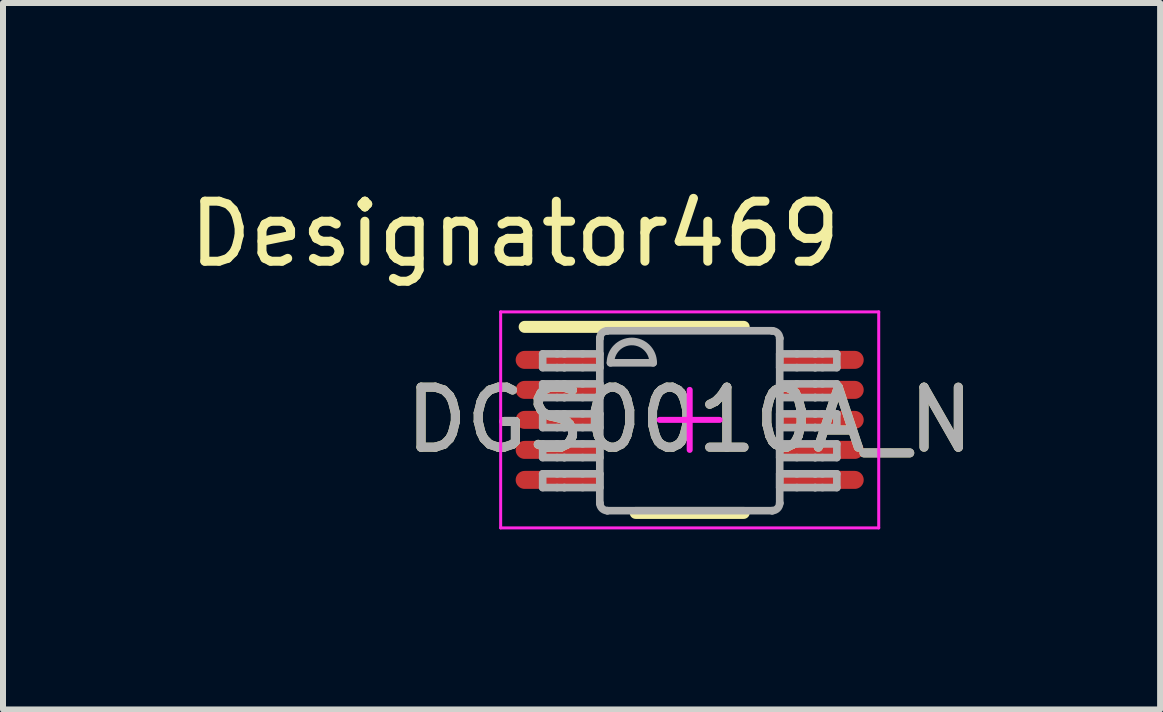
<source format=kicad_pcb>
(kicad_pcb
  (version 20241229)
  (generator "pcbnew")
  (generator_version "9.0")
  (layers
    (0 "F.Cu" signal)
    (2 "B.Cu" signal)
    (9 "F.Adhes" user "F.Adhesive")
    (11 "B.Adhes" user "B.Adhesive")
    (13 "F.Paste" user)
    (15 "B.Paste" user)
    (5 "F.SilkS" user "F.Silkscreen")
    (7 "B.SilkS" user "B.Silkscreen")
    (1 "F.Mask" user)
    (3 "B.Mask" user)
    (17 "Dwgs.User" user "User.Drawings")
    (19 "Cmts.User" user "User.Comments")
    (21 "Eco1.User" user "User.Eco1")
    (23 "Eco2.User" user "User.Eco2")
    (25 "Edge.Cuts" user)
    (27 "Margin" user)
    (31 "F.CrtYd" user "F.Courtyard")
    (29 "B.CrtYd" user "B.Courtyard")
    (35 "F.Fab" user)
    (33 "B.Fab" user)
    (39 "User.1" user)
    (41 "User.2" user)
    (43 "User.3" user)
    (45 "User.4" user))
  (footprint "DGS0010A_N"
    (layer "F.Cu")
    (at 8.443 3.947)
    (property "Reference" "DGS0010A_N" (at 0 0 0) (unlocked yes) (layer "F.SilkS") (effects (font (size 1 1) (thickness 0.15))))
    (attr smd)
    (fp_line (start -2.75 -1.55) (end 0.9 -1.55) (stroke (width 0.2) (type solid)) (layer "F.SilkS"))
    (fp_line (start -0.9 1.55) (end 0.9 1.55) (stroke (width 0.2) (type solid)) (layer "F.SilkS"))
    (fp_line (start -3.15 -1.8) (end 3.15 -1.8) (stroke (width 0.05) (type solid)) (layer "F.CrtYd"))
    (fp_line (start -3.15 1.8) (end -3.15 -1.8) (stroke (width 0.05) (type solid)) (layer "F.CrtYd"))
    (fp_line (start -3.15 1.8) (end 3.15 1.8) (stroke (width 0.05) (type solid)) (layer "F.CrtYd"))
    (fp_line (start -0.5 0) (end 0.5 0) (stroke (width 0.1) (type solid)) (layer "F.CrtYd"))
    (fp_line (start -0.000003 0.5) (end -0.000003 -0.5) (stroke (width 0.1) (type solid)) (layer "F.CrtYd"))
    (fp_line (start 3.15 1.8) (end 3.15 -1.8) (stroke (width 0.05) (type solid)) (layer "F.CrtYd"))
    (fp_line (start -2.45 -1.1) (end -2.21 -1.1) (stroke (width 0.127) (type solid)) (layer "F.Fab"))
    (fp_line (start -2.45 -0.871) (end -2.45 -1.1) (stroke (width 0.127) (type solid)) (layer "F.Fab"))
    (fp_line (start -2.45 -0.871) (end -2.21 -0.871) (stroke (width 0.127) (type solid)) (layer "F.Fab"))
    (fp_line (start -2.45 -0.6) (end -2.21 -0.6) (stroke (width 0.127) (type solid)) (layer "F.Fab"))
    (fp_line (start -2.45 -0.372) (end -2.45 -0.6) (stroke (width 0.127) (type solid)) (layer "F.Fab"))
    (fp_line (start -2.45 -0.372) (end -2.21 -0.372) (stroke (width 0.127) (type solid)) (layer "F.Fab"))
    (fp_line (start -2.45 -0.1) (end -2.21 -0.1) (stroke (width 0.127) (type solid)) (layer "F.Fab"))
    (fp_line (start -2.45 0.128) (end -2.45 -0.1) (stroke (width 0.127) (type solid)) (layer "F.Fab"))
    (fp_line (start -2.45 0.128) (end -2.21 0.128) (stroke (width 0.127) (type solid)) (layer "F.Fab"))
    (fp_line (start -2.45 0.4) (end -2.21 0.4) (stroke (width 0.127) (type solid)) (layer "F.Fab"))
    (fp_line (start -2.45 0.628) (end -2.45 0.4) (stroke (width 0.127) (type solid)) (layer "F.Fab"))
    (fp_line (start -2.45 0.628) (end -2.21 0.628) (stroke (width 0.127) (type solid)) (layer "F.Fab"))
    (fp_line (start -2.45 0.899) (end -2.21 0.899) (stroke (width 0.127) (type solid)) (layer "F.Fab"))
    (fp_line (start -2.45 1.128) (end -2.45 0.899) (stroke (width 0.127) (type solid)) (layer "F.Fab"))
    (fp_line (start -2.45 1.128) (end -2.21 1.128) (stroke (width 0.127) (type solid)) (layer "F.Fab"))
    (fp_line (start -2.21 -1.1) (end -2.09 -1.1) (stroke (width 0.127) (type solid)) (layer "F.Fab"))
    (fp_line (start -2.21 -0.871) (end -2.09 -0.871) (stroke (width 0.127) (type solid)) (layer "F.Fab"))
    (fp_line (start -2.21 -0.6) (end -2.09 -0.6) (stroke (width 0.127) (type solid)) (layer "F.Fab"))
    (fp_line (start -2.21 -0.372) (end -2.09 -0.372) (stroke (width 0.127) (type solid)) (layer "F.Fab"))
    (fp_line (start -2.21 -0.1) (end -2.09 -0.1) (stroke (width 0.127) (type solid)) (layer "F.Fab"))
    (fp_line (start -2.21 0.128) (end -2.09 0.128) (stroke (width 0.127) (type solid)) (layer "F.Fab"))
    (fp_line (start -2.21 0.4) (end -2.09 0.4) (stroke (width 0.127) (type solid)) (layer "F.Fab"))
    (fp_line (start -2.21 0.628) (end -2.09 0.628) (stroke (width 0.127) (type solid)) (layer "F.Fab"))
    (fp_line (start -2.21 0.899) (end -2.09 0.899) (stroke (width 0.127) (type solid)) (layer "F.Fab"))
    (fp_line (start -2.21 1.128) (end -2.09 1.128) (stroke (width 0.127) (type solid)) (layer "F.Fab"))
    (fp_line (start -2.09 -1.1) (end -2.087 -1.1) (stroke (width 0.127) (type solid)) (layer "F.Fab"))
    (fp_line (start -2.09 -0.871) (end -2.087 -0.871) (stroke (width 0.127) (type solid)) (layer "F.Fab"))
    (fp_line (start -2.09 -0.6) (end -2.087 -0.6) (stroke (width 0.127) (type solid)) (layer "F.Fab"))
    (fp_line (start -2.09 -0.372) (end -2.087 -0.372) (stroke (width 0.127) (type solid)) (layer "F.Fab"))
    (fp_line (start -2.09 -0.1) (end -2.087 -0.1) (stroke (width 0.127) (type solid)) (layer "F.Fab"))
    (fp_line (start -2.09 0.128) (end -2.087 0.128) (stroke (width 0.127) (type solid)) (layer "F.Fab"))
    (fp_line (start -2.09 0.4) (end -2.087 0.4) (stroke (width 0.127) (type solid)) (layer "F.Fab"))
    (fp_line (start -2.09 0.628) (end -2.087 0.628) (stroke (width 0.127) (type solid)) (layer "F.Fab"))
    (fp_line (start -2.09 0.899) (end -2.087 0.899) (stroke (width 0.127) (type solid)) (layer "F.Fab"))
    (fp_line (start -2.09 1.128) (end -2.087 1.128) (stroke (width 0.127) (type solid)) (layer "F.Fab"))
    (fp_line (start -2.087 -1.1) (end -1.784 -1.1) (stroke (width 0.127) (type solid)) (layer "F.Fab"))
    (fp_line (start -2.087 -0.871) (end -1.784 -0.871) (stroke (width 0.127) (type solid)) (layer "F.Fab"))
    (fp_line (start -2.087 -0.6) (end -1.784 -0.6) (stroke (width 0.127) (type solid)) (layer "F.Fab"))
    (fp_line (start -2.087 -0.372) (end -1.784 -0.372) (stroke (width 0.127) (type solid)) (layer "F.Fab"))
    (fp_line (start -2.087 -0.1) (end -1.784 -0.1) (stroke (width 0.127) (type solid)) (layer "F.Fab"))
    (fp_line (start -2.087 0.128) (end -1.784 0.128) (stroke (width 0.127) (type solid)) (layer "F.Fab"))
    (fp_line (start -2.087 0.4) (end -1.784 0.4) (stroke (width 0.127) (type solid)) (layer "F.Fab"))
    (fp_line (start -2.087 0.628) (end -1.784 0.628) (stroke (width 0.127) (type solid)) (layer "F.Fab"))
    (fp_line (start -2.087 0.899) (end -1.784 0.899) (stroke (width 0.127) (type solid)) (layer "F.Fab"))
    (fp_line (start -2.087 1.128) (end -1.784 1.128) (stroke (width 0.127) (type solid)) (layer "F.Fab"))
    (fp_line (start -1.784 -1.1) (end -1.498 -1.1) (stroke (width 0.127) (type solid)) (layer "F.Fab"))
    (fp_line (start -1.784 -0.871) (end -1.498 -0.871) (stroke (width 0.127) (type solid)) (layer "F.Fab"))
    (fp_line (start -1.784 -0.6) (end -1.498 -0.6) (stroke (width 0.127) (type solid)) (layer "F.Fab"))
    (fp_line (start -1.784 -0.372) (end -1.498 -0.372) (stroke (width 0.127) (type solid)) (layer "F.Fab"))
    (fp_line (start -1.784 -0.1) (end -1.498 -0.1) (stroke (width 0.127) (type solid)) (layer "F.Fab"))
    (fp_line (start -1.784 0.128) (end -1.498 0.128) (stroke (width 0.127) (type solid)) (layer "F.Fab"))
    (fp_line (start -1.784 0.4) (end -1.498 0.4) (stroke (width 0.127) (type solid)) (layer "F.Fab"))
    (fp_line (start -1.784 0.628) (end -1.498 0.628) (stroke (width 0.127) (type solid)) (layer "F.Fab"))
    (fp_line (start -1.784 0.899) (end -1.498 0.899) (stroke (width 0.127) (type solid)) (layer "F.Fab"))
    (fp_line (start -1.784 1.128) (end -1.498 1.128) (stroke (width 0.127) (type solid)) (layer "F.Fab"))
    (fp_line (start -1.498 -1.358) (end -1.497 -1.36) (stroke (width 0.127) (type solid)) (layer "F.Fab"))
    (fp_line (start -1.498 -0.871) (end -1.498 -1.1) (stroke (width 0.127) (type solid)) (layer "F.Fab"))
    (fp_line (start -1.498 -0.372) (end -1.498 -0.6) (stroke (width 0.127) (type solid)) (layer "F.Fab"))
    (fp_line (start -1.498 0.128) (end -1.498 -0.1) (stroke (width 0.127) (type solid)) (layer "F.Fab"))
    (fp_line (start -1.498 0.628) (end -1.498 0.4) (stroke (width 0.127) (type solid)) (layer "F.Fab"))
    (fp_line (start -1.498 1.128) (end -1.498 0.899) (stroke (width 0.127) (type solid)) (layer "F.Fab"))
    (fp_line (start -1.498 1.386) (end -1.498 -1.358) (stroke (width 0.127) (type solid)) (layer "F.Fab"))
    (fp_line (start -1.498 1.386) (end -1.497 1.388) (stroke (width 0.127) (type solid)) (layer "F.Fab"))
    (fp_line (start -1.373 -1.485) (end -1.371 -1.485) (stroke (width 0.127) (type solid)) (layer "F.Fab"))
    (fp_line (start -1.373 1.513) (end -1.371 1.513) (stroke (width 0.127) (type solid)) (layer "F.Fab"))
    (fp_line (start -1.371 -1.485) (end 1.373 -1.485) (stroke (width 0.127) (type solid)) (layer "F.Fab"))
    (fp_line (start -1.371 1.513) (end 1.373 1.513) (stroke (width 0.127) (type solid)) (layer "F.Fab"))
    (fp_line (start -1.32 -0.951) (end -0.609 -0.951) (stroke (width 0.127) (type solid)) (layer "F.Fab"))
    (fp_line (start 1.373 -1.485) (end 1.375 -1.485) (stroke (width 0.127) (type solid)) (layer "F.Fab"))
    (fp_line (start 1.373 1.513) (end 1.375 1.513) (stroke (width 0.127) (type solid)) (layer "F.Fab"))
    (fp_line (start 1.5 -1.36) (end 1.5 -1.358) (stroke (width 0.127) (type solid)) (layer "F.Fab"))
    (fp_line (start 1.5 1.388) (end 1.5 1.386) (stroke (width 0.127) (type solid)) (layer "F.Fab"))
    (fp_line (start 1.5 -1.1) (end 1.786 -1.1) (stroke (width 0.127) (type solid)) (layer "F.Fab"))
    (fp_line (start 1.5 -0.871) (end 1.5 -1.1) (stroke (width 0.127) (type solid)) (layer "F.Fab"))
    (fp_line (start 1.5 -0.871) (end 1.786 -0.871) (stroke (width 0.127) (type solid)) (layer "F.Fab"))
    (fp_line (start 1.5 -0.6) (end 1.786 -0.6) (stroke (width 0.127) (type solid)) (layer "F.Fab"))
    (fp_line (start 1.5 -0.372) (end 1.5 -0.6) (stroke (width 0.127) (type solid)) (layer "F.Fab"))
    (fp_line (start 1.5 -0.372) (end 1.786 -0.372) (stroke (width 0.127) (type solid)) (layer "F.Fab"))
    (fp_line (start 1.5 -0.1) (end 1.786 -0.1) (stroke (width 0.127) (type solid)) (layer "F.Fab"))
    (fp_line (start 1.5 0.128) (end 1.5 -0.1) (stroke (width 0.127) (type solid)) (layer "F.Fab"))
    (fp_line (start 1.5 0.128) (end 1.786 0.128) (stroke (width 0.127) (type solid)) (layer "F.Fab"))
    (fp_line (start 1.5 0.4) (end 1.786 0.4) (stroke (width 0.127) (type solid)) (layer "F.Fab"))
    (fp_line (start 1.5 0.628) (end 1.5 0.4) (stroke (width 0.127) (type solid)) (layer "F.Fab"))
    (fp_line (start 1.5 0.628) (end 1.786 0.628) (stroke (width 0.127) (type solid)) (layer "F.Fab"))
    (fp_line (start 1.5 0.899) (end 1.786 0.899) (stroke (width 0.127) (type solid)) (layer "F.Fab"))
    (fp_line (start 1.5 1.128) (end 1.5 0.899) (stroke (width 0.127) (type solid)) (layer "F.Fab"))
    (fp_line (start 1.5 1.128) (end 1.786 1.128) (stroke (width 0.127) (type solid)) (layer "F.Fab"))
    (fp_line (start 1.5 1.386) (end 1.5 -1.358) (stroke (width 0.127) (type solid)) (layer "F.Fab"))
    (fp_line (start 1.786 -1.1) (end 2.089 -1.1) (stroke (width 0.127) (type solid)) (layer "F.Fab"))
    (fp_line (start 1.786 -0.871) (end 2.089 -0.871) (stroke (width 0.127) (type solid)) (layer "F.Fab"))
    (fp_line (start 1.786 -0.6) (end 2.089 -0.6) (stroke (width 0.127) (type solid)) (layer "F.Fab"))
    (fp_line (start 1.786 -0.372) (end 2.089 -0.372) (stroke (width 0.127) (type solid)) (layer "F.Fab"))
    (fp_line (start 1.786 -0.1) (end 2.089 -0.1) (stroke (width 0.127) (type solid)) (layer "F.Fab"))
    (fp_line (start 1.786 0.128) (end 2.089 0.128) (stroke (width 0.127) (type solid)) (layer "F.Fab"))
    (fp_line (start 1.786 0.4) (end 2.089 0.4) (stroke (width 0.127) (type solid)) (layer "F.Fab"))
    (fp_line (start 1.786 0.628) (end 2.089 0.628) (stroke (width 0.127) (type solid)) (layer "F.Fab"))
    (fp_line (start 1.786 0.899) (end 2.089 0.899) (stroke (width 0.127) (type solid)) (layer "F.Fab"))
    (fp_line (start 1.786 1.128) (end 2.089 1.128) (stroke (width 0.127) (type solid)) (layer "F.Fab"))
    (fp_line (start 2.089 -1.1) (end 2.093 -1.1) (stroke (width 0.127) (type solid)) (layer "F.Fab"))
    (fp_line (start 2.089 -0.871) (end 2.093 -0.871) (stroke (width 0.127) (type solid)) (layer "F.Fab"))
    (fp_line (start 2.089 -0.6) (end 2.093 -0.6) (stroke (width 0.127) (type solid)) (layer "F.Fab"))
    (fp_line (start 2.089 -0.372) (end 2.093 -0.372) (stroke (width 0.127) (type solid)) (layer "F.Fab"))
    (fp_line (start 2.089 -0.1) (end 2.093 -0.1) (stroke (width 0.127) (type solid)) (layer "F.Fab"))
    (fp_line (start 2.089 0.128) (end 2.093 0.128) (stroke (width 0.127) (type solid)) (layer "F.Fab"))
    (fp_line (start 2.089 0.4) (end 2.093 0.4) (stroke (width 0.127) (type solid)) (layer "F.Fab"))
    (fp_line (start 2.089 0.628) (end 2.093 0.628) (stroke (width 0.127) (type solid)) (layer "F.Fab"))
    (fp_line (start 2.089 0.899) (end 2.093 0.899) (stroke (width 0.127) (type solid)) (layer "F.Fab"))
    (fp_line (start 2.089 1.128) (end 2.093 1.128) (stroke (width 0.127) (type solid)) (layer "F.Fab"))
    (fp_line (start 2.093 -1.1) (end 2.213 -1.1) (stroke (width 0.127) (type solid)) (layer "F.Fab"))
    (fp_line (start 2.093 -0.871) (end 2.213 -0.871) (stroke (width 0.127) (type solid)) (layer "F.Fab"))
    (fp_line (start 2.093 -0.6) (end 2.213 -0.6) (stroke (width 0.127) (type solid)) (layer "F.Fab"))
    (fp_line (start 2.093 -0.372) (end 2.213 -0.372) (stroke (width 0.127) (type solid)) (layer "F.Fab"))
    (fp_line (start 2.093 -0.1) (end 2.213 -0.1) (stroke (width 0.127) (type solid)) (layer "F.Fab"))
    (fp_line (start 2.093 0.128) (end 2.213 0.128) (stroke (width 0.127) (type solid)) (layer "F.Fab"))
    (fp_line (start 2.093 0.4) (end 2.213 0.4) (stroke (width 0.127) (type solid)) (layer "F.Fab"))
    (fp_line (start 2.093 0.628) (end 2.213 0.628) (stroke (width 0.127) (type solid)) (layer "F.Fab"))
    (fp_line (start 2.093 0.899) (end 2.213 0.899) (stroke (width 0.127) (type solid)) (layer "F.Fab"))
    (fp_line (start 2.093 1.128) (end 2.213 1.128) (stroke (width 0.127) (type solid)) (layer "F.Fab"))
    (fp_line (start 2.213 -1.1) (end 2.452 -1.1) (stroke (width 0.127) (type solid)) (layer "F.Fab"))
    (fp_line (start 2.213 -0.871) (end 2.452 -0.871) (stroke (width 0.127) (type solid)) (layer "F.Fab"))
    (fp_line (start 2.213 -0.6) (end 2.452 -0.6) (stroke (width 0.127) (type solid)) (layer "F.Fab"))
    (fp_line (start 2.213 -0.372) (end 2.452 -0.372) (stroke (width 0.127) (type solid)) (layer "F.Fab"))
    (fp_line (start 2.213 -0.1) (end 2.452 -0.1) (stroke (width 0.127) (type solid)) (layer "F.Fab"))
    (fp_line (start 2.213 0.128) (end 2.452 0.128) (stroke (width 0.127) (type solid)) (layer "F.Fab"))
    (fp_line (start 2.213 0.4) (end 2.452 0.4) (stroke (width 0.127) (type solid)) (layer "F.Fab"))
    (fp_line (start 2.213 0.628) (end 2.452 0.628) (stroke (width 0.127) (type solid)) (layer "F.Fab"))
    (fp_line (start 2.213 0.899) (end 2.452 0.899) (stroke (width 0.127) (type solid)) (layer "F.Fab"))
    (fp_line (start 2.213 1.128) (end 2.452 1.128) (stroke (width 0.127) (type solid)) (layer "F.Fab"))
    (fp_line (start 2.452 -0.871) (end 2.452 -1.1) (stroke (width 0.127) (type solid)) (layer "F.Fab"))
    (fp_line (start 2.452 -0.372) (end 2.452 -0.6) (stroke (width 0.127) (type solid)) (layer "F.Fab"))
    (fp_line (start 2.452 0.128) (end 2.452 -0.1) (stroke (width 0.127) (type solid)) (layer "F.Fab"))
    (fp_line (start 2.452 0.628) (end 2.452 0.4) (stroke (width 0.127) (type solid)) (layer "F.Fab"))
    (fp_line (start 2.452 1.128) (end 2.452 0.899) (stroke (width 0.127) (type solid)) (layer "F.Fab"))
    (fp_arc (start -1.49745 -1.360299) (mid -1.460293 -1.447356) (end -1.373243 -1.484531) (stroke (width 0.127) (type solid)) (layer "F.Fab"))
    (fp_arc (start -1.373243 1.512619) (mid -1.460293 1.475444) (end -1.49745 1.388386) (stroke (width 0.127) (type solid)) (layer "F.Fab"))
    (fp_arc (start -1.3197 -0.951156) (mid -0.9641 -1.306756) (end -0.6085 -0.951156) (stroke (width 0.127) (type solid)) (layer "F.Fab"))
    (fp_arc (start 1.375443 -1.484532) (mid 1.462505 -1.447362) (end 1.499675 -1.360299) (stroke (width 0.127) (type solid)) (layer "F.Fab"))
    (fp_arc (start 1.499675 1.388387) (mid 1.462505 1.475449) (end 1.375443 1.512619) (stroke (width 0.127) (type solid)) (layer "F.Fab"))
    (fp_text user "Designator469" (at -2.913 -3.099 0) (unlocked yes) (layer "F.SilkS") (effects (font (size 1 1) (thickness 0.15))))
    (fp_text user "${REFERENCE}" (at 0 0 0) (unlocked yes) (layer "F.Fab") (effects (font (size 1 1) (thickness 0.15))))
    (pad "1" smd oval (at -2.225 -1 90) (size 0.3 1.35) (layers "F.Cu" "F.Mask" "F.Paste"))
    (pad "2" smd oval (at -2.225 -0.5 90) (size 0.3 1.35) (layers "F.Cu" "F.Mask" "F.Paste"))
    (pad "3" smd oval (at -2.225 0 90) (size 0.3 1.35) (layers "F.Cu" "F.Mask" "F.Paste"))
    (pad "4" smd oval (at -2.225 0.5 90) (size 0.3 1.35) (layers "F.Cu" "F.Mask" "F.Paste"))
    (pad "5" smd oval (at -2.225 1 90) (size 0.3 1.35) (layers "F.Cu" "F.Mask" "F.Paste"))
    (pad "6" smd oval (at 2.225 1 90) (size 0.3 1.35) (layers "F.Cu" "F.Mask" "F.Paste"))
    (pad "7" smd oval (at 2.225 0.5 90) (size 0.3 1.35) (layers "F.Cu" "F.Mask" "F.Paste"))
    (pad "8" smd oval (at 2.225 0 90) (size 0.3 1.35) (layers "F.Cu" "F.Mask" "F.Paste"))
    (pad "9" smd oval (at 2.225 -0.5 90) (size 0.3 1.35) (layers "F.Cu" "F.Mask" "F.Paste"))
    (pad "10" smd oval (at 2.225 -1 90) (size 0.3 1.35) (layers "F.Cu" "F.Mask" "F.Paste")))
  (gr_rect
    (start -3 -3)
    (end 16.282 8.772)
    (stroke (width 0.1) (type default))
    (fill no)
    (layer "Edge.Cuts")))
</source>
